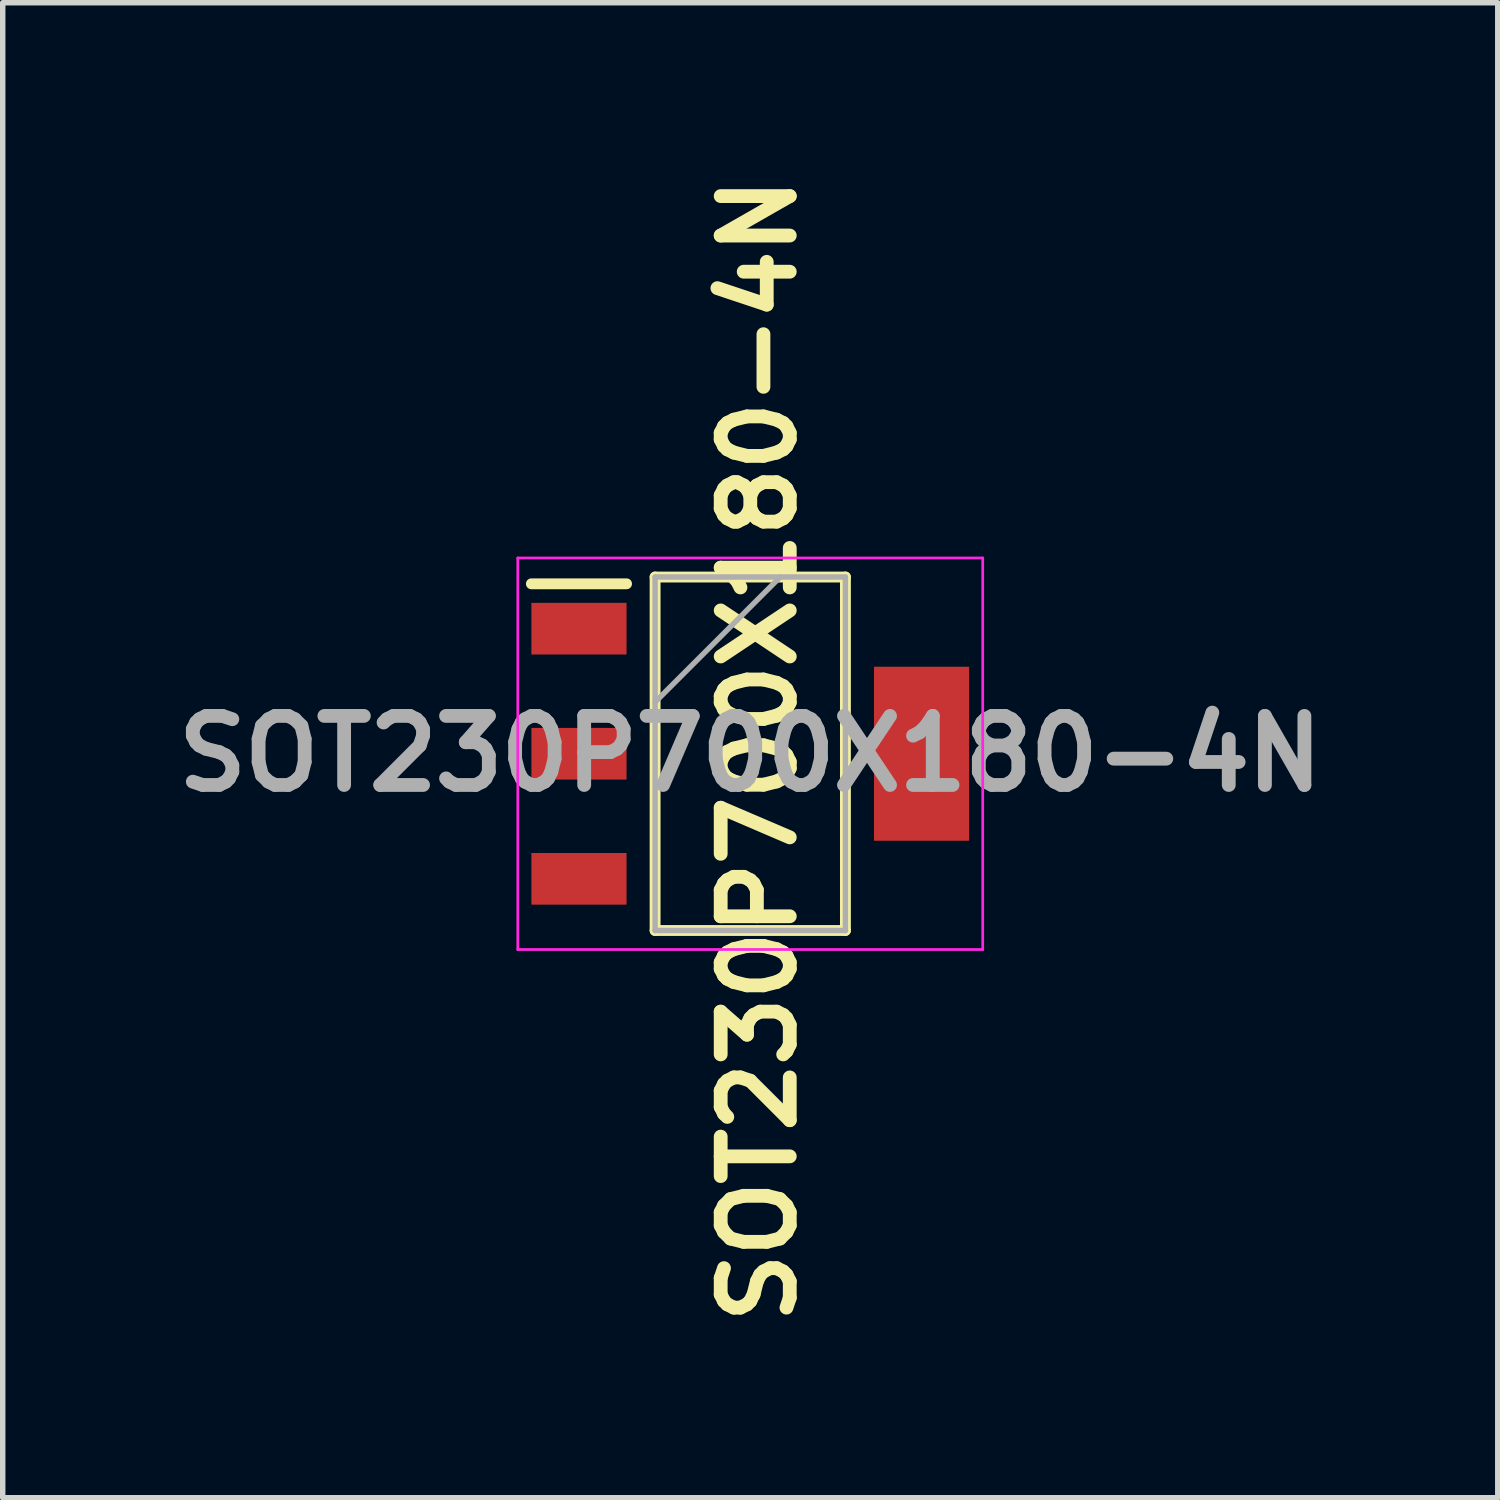
<source format=kicad_pcb>
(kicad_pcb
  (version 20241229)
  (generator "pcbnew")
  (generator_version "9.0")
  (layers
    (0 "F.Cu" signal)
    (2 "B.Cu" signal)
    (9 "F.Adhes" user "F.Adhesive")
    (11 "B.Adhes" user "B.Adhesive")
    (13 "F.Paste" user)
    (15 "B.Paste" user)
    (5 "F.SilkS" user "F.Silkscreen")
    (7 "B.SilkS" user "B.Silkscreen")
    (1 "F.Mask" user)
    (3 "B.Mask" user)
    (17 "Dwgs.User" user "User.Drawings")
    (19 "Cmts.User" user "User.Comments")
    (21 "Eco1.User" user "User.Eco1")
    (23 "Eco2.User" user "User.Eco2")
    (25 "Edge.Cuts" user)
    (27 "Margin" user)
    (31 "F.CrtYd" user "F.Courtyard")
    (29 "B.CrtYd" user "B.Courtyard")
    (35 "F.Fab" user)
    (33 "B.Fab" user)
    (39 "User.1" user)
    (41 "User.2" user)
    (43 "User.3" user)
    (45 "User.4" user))
  (footprint "SOT230P700X180-4N"
    (layer "F.Cu")
    (at 10.747 10.811)
    (property "Reference" "SOT230P700X180-4N" (at 0.152 -0.065 90) (layer "F.SilkS") (effects (font (size 1.27 1.27) (thickness 0.254))))
    (attr smd)
    (fp_line (start -4.025 -3.125) (end -2.275 -3.125) (stroke (width 0.2) (type solid)) (layer "F.SilkS"))
    (fp_line (start -1.75 -3.25) (end 1.75 -3.25) (stroke (width 0.2) (type solid)) (layer "F.SilkS"))
    (fp_line (start -1.75 3.25) (end -1.75 -3.25) (stroke (width 0.2) (type solid)) (layer "F.SilkS"))
    (fp_line (start 1.75 -3.25) (end 1.75 3.25) (stroke (width 0.2) (type solid)) (layer "F.SilkS"))
    (fp_line (start 1.75 3.25) (end -1.75 3.25) (stroke (width 0.2) (type solid)) (layer "F.SilkS"))
    (fp_line (start -4.275 -3.6) (end 4.275 -3.6) (stroke (width 0.05) (type solid)) (layer "F.CrtYd"))
    (fp_line (start -4.275 3.6) (end -4.275 -3.6) (stroke (width 0.05) (type solid)) (layer "F.CrtYd"))
    (fp_line (start 4.275 -3.6) (end 4.275 3.6) (stroke (width 0.05) (type solid)) (layer "F.CrtYd"))
    (fp_line (start 4.275 3.6) (end -4.275 3.6) (stroke (width 0.05) (type solid)) (layer "F.CrtYd"))
    (fp_line (start -1.75 -3.25) (end 1.75 -3.25) (stroke (width 0.1) (type solid)) (layer "F.Fab"))
    (fp_line (start -1.75 -0.95) (end 0.55 -3.25) (stroke (width 0.1) (type solid)) (layer "F.Fab"))
    (fp_line (start -1.75 3.25) (end -1.75 -3.25) (stroke (width 0.1) (type solid)) (layer "F.Fab"))
    (fp_line (start 1.75 -3.25) (end 1.75 3.25) (stroke (width 0.1) (type solid)) (layer "F.Fab"))
    (fp_line (start 1.75 3.25) (end -1.75 3.25) (stroke (width 0.1) (type solid)) (layer "F.Fab"))
    (fp_text user "${REFERENCE}" (at 0 0 180) (layer "F.Fab") (effects (font (size 1.27 1.27) (thickness 0.254))))
    (pad "1" smd rect (at -3.15 -2.3 90) (size 0.95 1.75) (layers "F.Cu" "F.Mask" "F.Paste"))
    (pad "2" smd rect (at -3.15 0 90) (size 0.95 1.75) (layers "F.Cu" "F.Mask" "F.Paste"))
    (pad "3" smd rect (at -3.15 2.3 90) (size 0.95 1.75) (layers "F.Cu" "F.Mask" "F.Paste"))
    (pad "4" smd rect (at 3.15 0) (size 1.75 3.2) (layers "F.Cu" "F.Mask" "F.Paste")))
  (gr_rect
    (start -3 -3)
    (end 24.493 24.493)
    (stroke (width 0.1) (type default))
    (fill no)
    (layer "Edge.Cuts")))
</source>
